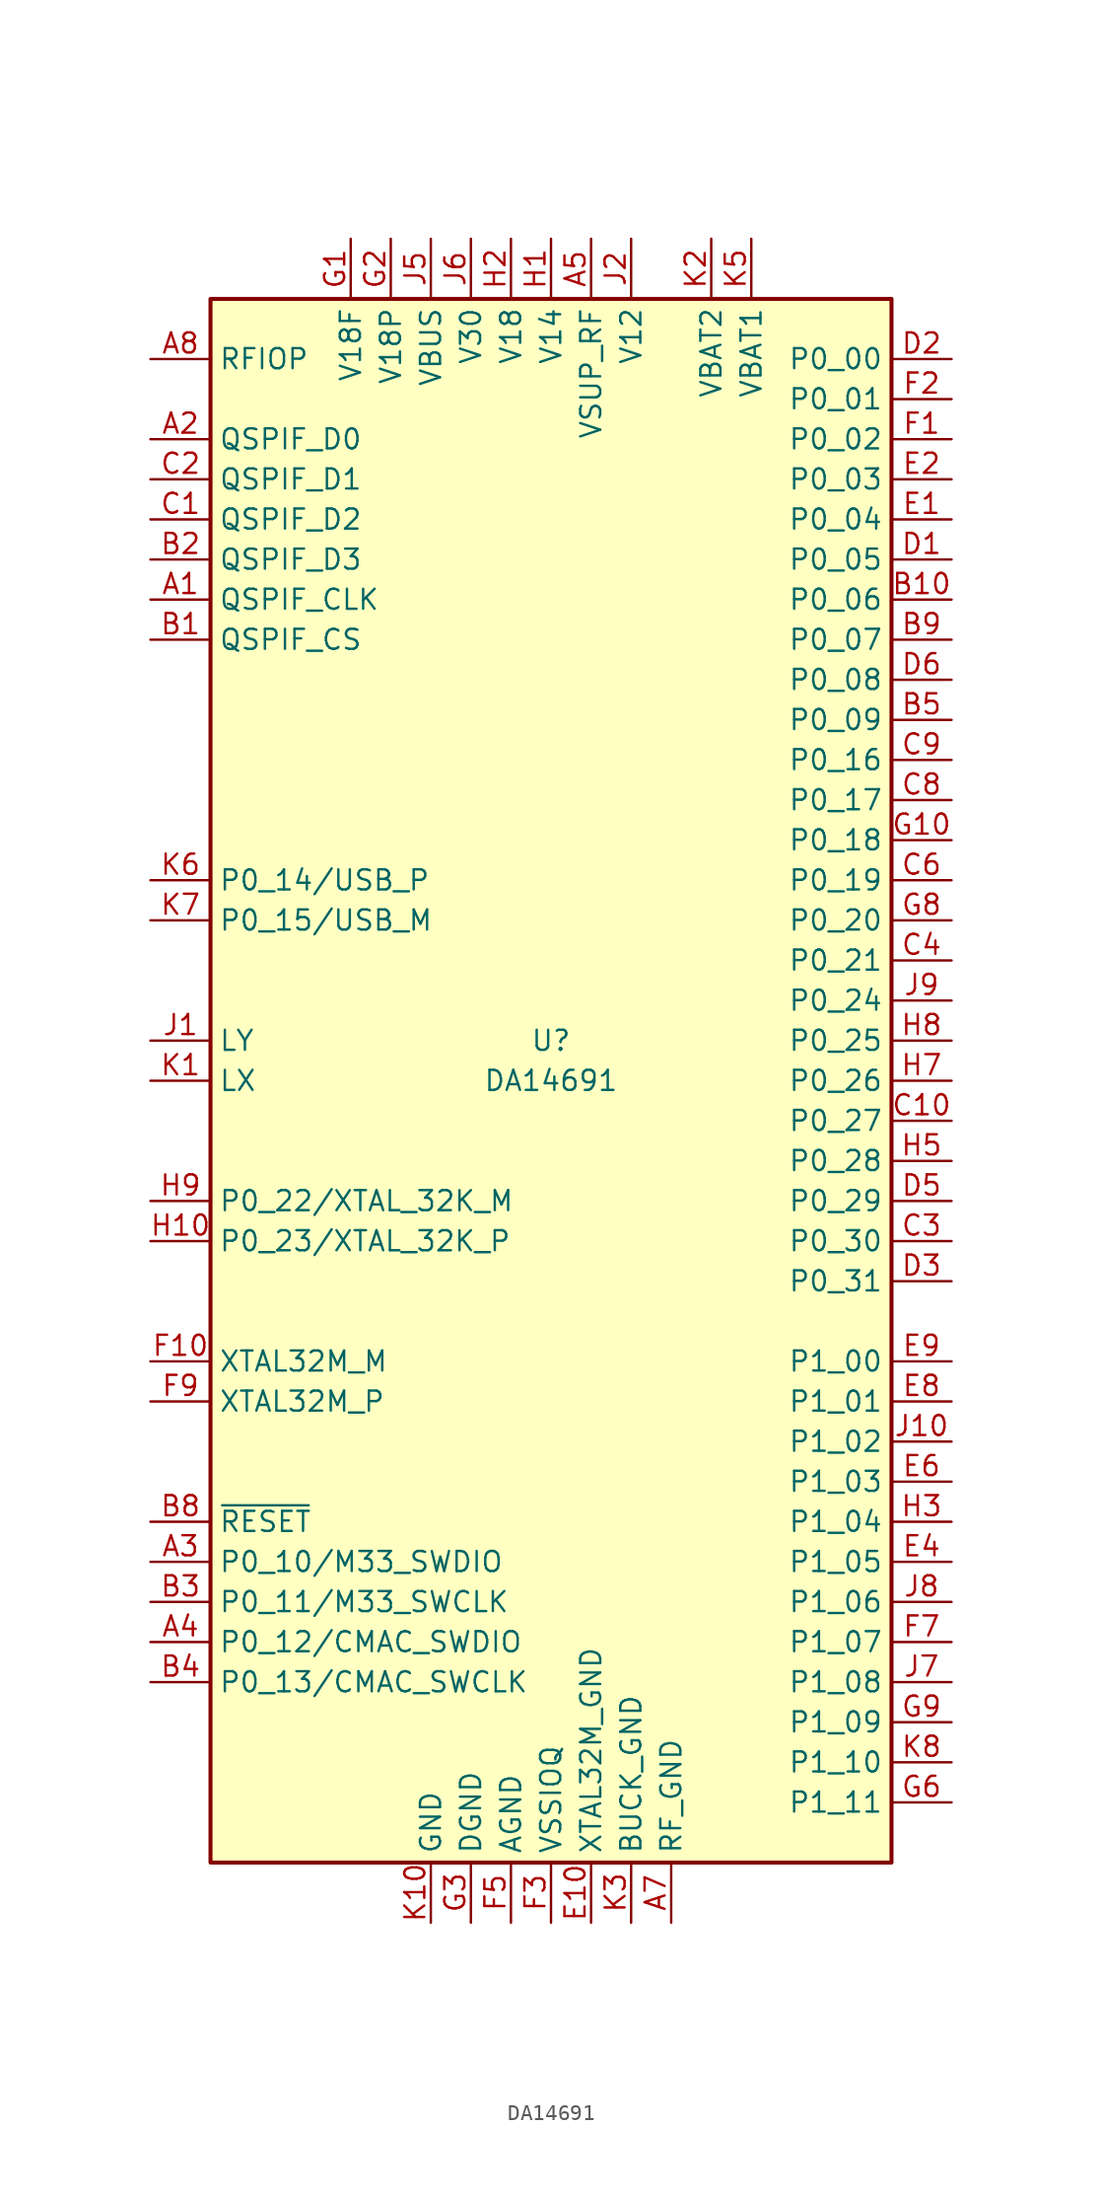
<source format=kicad_sym>
(kicad_symbol_lib
  (version 20201005)
  (generator kicad_symbol_editor)
  (symbol "DA14691"
    (property "Reference" "U"
      (at 0 2.54 0)
      (effects (font (size 1.27 1.27))))
    (property "Value" "DA14691"
      (at 0 0 0)
      (effects (font (size 1.27 1.27))))
    (symbol "DA14691_1_1"
      (rectangle (start -21.59 49.53) (end 21.59 -49.53) (stroke (width 0.254)) (fill (type background)))
      (pin output line (at -25.4 30.48 0) (length 3.81) (name "QSPIF_CLK" (effects (font (size 1.27 1.27)))) (number "A1" (effects (font (size 1.27 1.27)))))
      (pin passive line (at 7.62 -53.34 90) (length 3.81) hide (name "RF_GND" (effects (font (size 1.27 1.27)))) (number "A10" (effects (font (size 1.27 1.27)))))
      (pin bidirectional line (at -25.4 40.64 0) (length 3.81) (name "QSPIF_D0" (effects (font (size 1.27 1.27)))) (number "A2" (effects (font (size 1.27 1.27)))))
      (pin bidirectional line (at -25.4 -30.48 0) (length 3.81) (name "P0_10/M33_SWDIO" (effects (font (size 1.27 1.27)))) (number "A3" (effects (font (size 1.27 1.27)))))
      (pin bidirectional line (at -25.4 -35.56 0) (length 3.81) (name "P0_12/CMAC_SWDIO" (effects (font (size 1.27 1.27)))) (number "A4" (effects (font (size 1.27 1.27)))))
      (pin power_in line (at 2.54 53.34 270) (length 3.81) (name "VSUP_RF" (effects (font (size 1.27 1.27)))) (number "A5" (effects (font (size 1.27 1.27)))))
      (pin passive line (at 7.62 -53.34 90) (length 3.81) hide (name "RF_GND" (effects (font (size 1.27 1.27)))) (number "A6" (effects (font (size 1.27 1.27)))))
      (pin power_in line (at 7.62 -53.34 90) (length 3.81) (name "RF_GND" (effects (font (size 1.27 1.27)))) (number "A7" (effects (font (size 1.27 1.27)))))
      (pin bidirectional line (at -25.4 45.72 0) (length 3.81) (name "RFIOP" (effects (font (size 1.27 1.27)))) (number "A8" (effects (font (size 1.27 1.27)))))
      (pin passive line (at 7.62 -53.34 90) (length 3.81) hide (name "RF_GND" (effects (font (size 1.27 1.27)))) (number "A9" (effects (font (size 1.27 1.27)))))
      (pin output line (at -25.4 27.94 0) (length 3.81) (name "QSPIF_CS" (effects (font (size 1.27 1.27)))) (number "B1" (effects (font (size 1.27 1.27)))))
      (pin bidirectional line (at 25.4 30.48 180) (length 3.81) (name "P0_06" (effects (font (size 1.27 1.27)))) (number "B10" (effects (font (size 1.27 1.27)))))
      (pin bidirectional line (at -25.4 33.02 0) (length 3.81) (name "QSPIF_D3" (effects (font (size 1.27 1.27)))) (number "B2" (effects (font (size 1.27 1.27)))))
      (pin bidirectional line (at -25.4 -33.02 0) (length 3.81) (name "P0_11/M33_SWCLK" (effects (font (size 1.27 1.27)))) (number "B3" (effects (font (size 1.27 1.27)))))
      (pin bidirectional line (at -25.4 -38.1 0) (length 3.81) (name "P0_13/CMAC_SWCLK" (effects (font (size 1.27 1.27)))) (number "B4" (effects (font (size 1.27 1.27)))))
      (pin bidirectional line (at 25.4 22.86 180) (length 3.81) (name "P0_09" (effects (font (size 1.27 1.27)))) (number "B5" (effects (font (size 1.27 1.27)))))
      (pin passive line (at 7.62 -53.34 90) (length 3.81) hide (name "RF_GND" (effects (font (size 1.27 1.27)))) (number "B7" (effects (font (size 1.27 1.27)))))
      (pin input line (at -25.4 -27.94 0) (length 3.81) (name "~RESET" (effects (font (size 1.27 1.27)))) (number "B8" (effects (font (size 1.27 1.27)))))
      (pin bidirectional line (at 25.4 27.94 180) (length 3.81) (name "P0_07" (effects (font (size 1.27 1.27)))) (number "B9" (effects (font (size 1.27 1.27)))))
      (pin bidirectional line (at -25.4 35.56 0) (length 3.81) (name "QSPIF_D2" (effects (font (size 1.27 1.27)))) (number "C1" (effects (font (size 1.27 1.27)))))
      (pin bidirectional line (at 25.4 -2.54 180) (length 3.81) (name "P0_27" (effects (font (size 1.27 1.27)))) (number "C10" (effects (font (size 1.27 1.27)))))
      (pin bidirectional line (at -25.4 38.1 0) (length 3.81) (name "QSPIF_D1" (effects (font (size 1.27 1.27)))) (number "C2" (effects (font (size 1.27 1.27)))))
      (pin bidirectional line (at 25.4 -10.16 180) (length 3.81) (name "P0_30" (effects (font (size 1.27 1.27)))) (number "C3" (effects (font (size 1.27 1.27)))))
      (pin bidirectional line (at 25.4 7.62 180) (length 3.81) (name "P0_21" (effects (font (size 1.27 1.27)))) (number "C4" (effects (font (size 1.27 1.27)))))
      (pin bidirectional line (at 25.4 12.7 180) (length 3.81) (name "P0_19" (effects (font (size 1.27 1.27)))) (number "C6" (effects (font (size 1.27 1.27)))))
      (pin bidirectional line (at 25.4 17.78 180) (length 3.81) (name "P0_17" (effects (font (size 1.27 1.27)))) (number "C8" (effects (font (size 1.27 1.27)))))
      (pin bidirectional line (at 25.4 20.32 180) (length 3.81) (name "P0_16" (effects (font (size 1.27 1.27)))) (number "C9" (effects (font (size 1.27 1.27)))))
      (pin bidirectional line (at 25.4 33.02 180) (length 3.81) (name "P0_05" (effects (font (size 1.27 1.27)))) (number "D1" (effects (font (size 1.27 1.27)))))
      (pin passive line (at 7.62 -53.34 90) (length 3.81) hide (name "RF_GND" (effects (font (size 1.27 1.27)))) (number "D10" (effects (font (size 1.27 1.27)))))
      (pin bidirectional line (at 25.4 45.72 180) (length 3.81) (name "P0_00" (effects (font (size 1.27 1.27)))) (number "D2" (effects (font (size 1.27 1.27)))))
      (pin bidirectional line (at 25.4 -12.7 180) (length 3.81) (name "P0_31" (effects (font (size 1.27 1.27)))) (number "D3" (effects (font (size 1.27 1.27)))))
      (pin bidirectional line (at 25.4 -7.62 180) (length 3.81) (name "P0_29" (effects (font (size 1.27 1.27)))) (number "D5" (effects (font (size 1.27 1.27)))))
      (pin bidirectional line (at 25.4 25.4 180) (length 3.81) (name "P0_08" (effects (font (size 1.27 1.27)))) (number "D6" (effects (font (size 1.27 1.27)))))
      (pin passive line (at 7.62 -53.34 90) (length 3.81) hide (name "RF_GND" (effects (font (size 1.27 1.27)))) (number "D9" (effects (font (size 1.27 1.27)))))
      (pin bidirectional line (at 25.4 35.56 180) (length 3.81) (name "P0_04" (effects (font (size 1.27 1.27)))) (number "E1" (effects (font (size 1.27 1.27)))))
      (pin passive line (at 2.54 -53.34 90) (length 3.81) (name "XTAL32M_GND" (effects (font (size 1.27 1.27)))) (number "E10" (effects (font (size 1.27 1.27)))))
      (pin bidirectional line (at 25.4 38.1 180) (length 3.81) (name "P0_03" (effects (font (size 1.27 1.27)))) (number "E2" (effects (font (size 1.27 1.27)))))
      (pin bidirectional line (at 25.4 -30.48 180) (length 3.81) (name "P1_05" (effects (font (size 1.27 1.27)))) (number "E4" (effects (font (size 1.27 1.27)))))
      (pin bidirectional line (at 25.4 -25.4 180) (length 3.81) (name "P1_03" (effects (font (size 1.27 1.27)))) (number "E6" (effects (font (size 1.27 1.27)))))
      (pin bidirectional line (at 25.4 -20.32 180) (length 3.81) (name "P1_01" (effects (font (size 1.27 1.27)))) (number "E8" (effects (font (size 1.27 1.27)))))
      (pin bidirectional line (at 25.4 -17.78 180) (length 3.81) (name "P1_00" (effects (font (size 1.27 1.27)))) (number "E9" (effects (font (size 1.27 1.27)))))
      (pin bidirectional line (at 25.4 40.64 180) (length 3.81) (name "P0_02" (effects (font (size 1.27 1.27)))) (number "F1" (effects (font (size 1.27 1.27)))))
      (pin output line (at -25.4 -17.78 0) (length 3.81) (name "XTAL32M_M" (effects (font (size 1.27 1.27)))) (number "F10" (effects (font (size 1.27 1.27)))))
      (pin bidirectional line (at 25.4 43.18 180) (length 3.81) (name "P0_01" (effects (font (size 1.27 1.27)))) (number "F2" (effects (font (size 1.27 1.27)))))
      (pin power_in line (at 0 -53.34 90) (length 3.81) (name "VSSIOQ" (effects (font (size 1.27 1.27)))) (number "F3" (effects (font (size 1.27 1.27)))))
      (pin passive line (at -5.08 -53.34 90) (length 3.81) hide (name "DGND" (effects (font (size 1.27 1.27)))) (number "F4" (effects (font (size 1.27 1.27)))))
      (pin power_in line (at -2.54 -53.34 90) (length 3.81) (name "AGND" (effects (font (size 1.27 1.27)))) (number "F5" (effects (font (size 1.27 1.27)))))
      (pin bidirectional line (at 25.4 -35.56 180) (length 3.81) (name "P1_07" (effects (font (size 1.27 1.27)))) (number "F7" (effects (font (size 1.27 1.27)))))
      (pin input line (at -25.4 -20.32 0) (length 3.81) (name "XTAL32M_P" (effects (font (size 1.27 1.27)))) (number "F9" (effects (font (size 1.27 1.27)))))
      (pin power_out line (at -12.7 53.34 270) (length 3.81) (name "V18F" (effects (font (size 1.27 1.27)))) (number "G1" (effects (font (size 1.27 1.27)))))
      (pin bidirectional line (at 25.4 15.24 180) (length 3.81) (name "P0_18" (effects (font (size 1.27 1.27)))) (number "G10" (effects (font (size 1.27 1.27)))))
      (pin power_out line (at -10.16 53.34 270) (length 3.81) (name "V18P" (effects (font (size 1.27 1.27)))) (number "G2" (effects (font (size 1.27 1.27)))))
      (pin power_in line (at -5.08 -53.34 90) (length 3.81) (name "DGND" (effects (font (size 1.27 1.27)))) (number "G3" (effects (font (size 1.27 1.27)))))
      (pin passive line (at -5.08 -53.34 90) (length 3.81) hide (name "DGND" (effects (font (size 1.27 1.27)))) (number "G4" (effects (font (size 1.27 1.27)))))
      (pin passive line (at -2.54 -53.34 90) (length 3.81) hide (name "AGND" (effects (font (size 1.27 1.27)))) (number "G5" (effects (font (size 1.27 1.27)))))
      (pin bidirectional line (at 25.4 -45.72 180) (length 3.81) (name "P1_11" (effects (font (size 1.27 1.27)))) (number "G6" (effects (font (size 1.27 1.27)))))
      (pin bidirectional line (at 25.4 10.16 180) (length 3.81) (name "P0_20" (effects (font (size 1.27 1.27)))) (number "G8" (effects (font (size 1.27 1.27)))))
      (pin bidirectional line (at 25.4 -40.64 180) (length 3.81) (name "P1_09" (effects (font (size 1.27 1.27)))) (number "G9" (effects (font (size 1.27 1.27)))))
      (pin power_out line (at 0 53.34 270) (length 3.81) (name "V14" (effects (font (size 1.27 1.27)))) (number "H1" (effects (font (size 1.27 1.27)))))
      (pin bidirectional line (at -25.4 -10.16 0) (length 3.81) (name "P0_23/XTAL_32K_P" (effects (font (size 1.27 1.27)))) (number "H10" (effects (font (size 1.27 1.27)))))
      (pin power_out line (at -2.54 53.34 270) (length 3.81) (name "V18" (effects (font (size 1.27 1.27)))) (number "H2" (effects (font (size 1.27 1.27)))))
      (pin bidirectional line (at 25.4 -27.94 180) (length 3.81) (name "P1_04" (effects (font (size 1.27 1.27)))) (number "H3" (effects (font (size 1.27 1.27)))))
      (pin bidirectional line (at 25.4 -5.08 180) (length 3.81) (name "P0_28" (effects (font (size 1.27 1.27)))) (number "H5" (effects (font (size 1.27 1.27)))))
      (pin bidirectional line (at 25.4 0 180) (length 3.81) (name "P0_26" (effects (font (size 1.27 1.27)))) (number "H7" (effects (font (size 1.27 1.27)))))
      (pin bidirectional line (at 25.4 2.54 180) (length 3.81) (name "P0_25" (effects (font (size 1.27 1.27)))) (number "H8" (effects (font (size 1.27 1.27)))))
      (pin bidirectional line (at -25.4 -7.62 0) (length 3.81) (name "P0_22/XTAL_32K_M" (effects (font (size 1.27 1.27)))) (number "H9" (effects (font (size 1.27 1.27)))))
      (pin passive line (at -25.4 2.54 0) (length 3.81) (name "LY" (effects (font (size 1.27 1.27)))) (number "J1" (effects (font (size 1.27 1.27)))))
      (pin bidirectional line (at 25.4 -22.86 180) (length 3.81) (name "P1_02" (effects (font (size 1.27 1.27)))) (number "J10" (effects (font (size 1.27 1.27)))))
      (pin power_out line (at 5.08 53.34 270) (length 3.81) (name "V12" (effects (font (size 1.27 1.27)))) (number "J2" (effects (font (size 1.27 1.27)))))
      (pin passive line (at -7.62 -53.34 90) (length 3.81) hide (name "GND" (effects (font (size 1.27 1.27)))) (number "J3" (effects (font (size 1.27 1.27)))))
      (pin no_connect line (at -20.32 -45.72 0) (length 3.81) hide (name "NC" (effects (font (size 1.27 1.27)))) (number "J4" (effects (font (size 1.27 1.27)))))
      (pin power_in line (at -7.62 53.34 270) (length 3.81) (name "VBUS" (effects (font (size 1.27 1.27)))) (number "J5" (effects (font (size 1.27 1.27)))))
      (pin power_out line (at -5.08 53.34 270) (length 3.81) (name "V30" (effects (font (size 1.27 1.27)))) (number "J6" (effects (font (size 1.27 1.27)))))
      (pin bidirectional line (at 25.4 -38.1 180) (length 3.81) (name "P1_08" (effects (font (size 1.27 1.27)))) (number "J7" (effects (font (size 1.27 1.27)))))
      (pin bidirectional line (at 25.4 -33.02 180) (length 3.81) (name "P1_06" (effects (font (size 1.27 1.27)))) (number "J8" (effects (font (size 1.27 1.27)))))
      (pin bidirectional line (at 25.4 5.08 180) (length 3.81) (name "P0_24" (effects (font (size 1.27 1.27)))) (number "J9" (effects (font (size 1.27 1.27)))))
      (pin passive line (at -25.4 0 0) (length 3.81) (name "LX" (effects (font (size 1.27 1.27)))) (number "K1" (effects (font (size 1.27 1.27)))))
      (pin power_in line (at -7.62 -53.34 90) (length 3.81) (name "GND" (effects (font (size 1.27 1.27)))) (number "K10" (effects (font (size 1.27 1.27)))))
      (pin power_out line (at 10.16 53.34 270) (length 3.81) (name "VBAT2" (effects (font (size 1.27 1.27)))) (number "K2" (effects (font (size 1.27 1.27)))))
      (pin power_in line (at 5.08 -53.34 90) (length 3.81) (name "BUCK_GND" (effects (font (size 1.27 1.27)))) (number "K3" (effects (font (size 1.27 1.27)))))
      (pin no_connect line (at -20.32 -48.26 0) (length 3.81) hide (name "NC" (effects (font (size 1.27 1.27)))) (number "K4" (effects (font (size 1.27 1.27)))))
      (pin power_out line (at 12.7 53.34 270) (length 3.81) (name "VBAT1" (effects (font (size 1.27 1.27)))) (number "K5" (effects (font (size 1.27 1.27)))))
      (pin bidirectional line (at -25.4 12.7 0) (length 3.81) (name "P0_14/USB_P" (effects (font (size 1.27 1.27)))) (number "K6" (effects (font (size 1.27 1.27)))))
      (pin bidirectional line (at -25.4 10.16 0) (length 3.81) (name "P0_15/USB_M" (effects (font (size 1.27 1.27)))) (number "K7" (effects (font (size 1.27 1.27)))))
      (pin bidirectional line (at 25.4 -43.18 180) (length 3.81) (name "P1_10" (effects (font (size 1.27 1.27)))) (number "K8" (effects (font (size 1.27 1.27)))))
      (pin passive line (at -7.62 -53.34 90) (length 3.81) hide (name "GND" (effects (font (size 1.27 1.27)))) (number "K9" (effects (font (size 1.27 1.27))))))))
</source>
